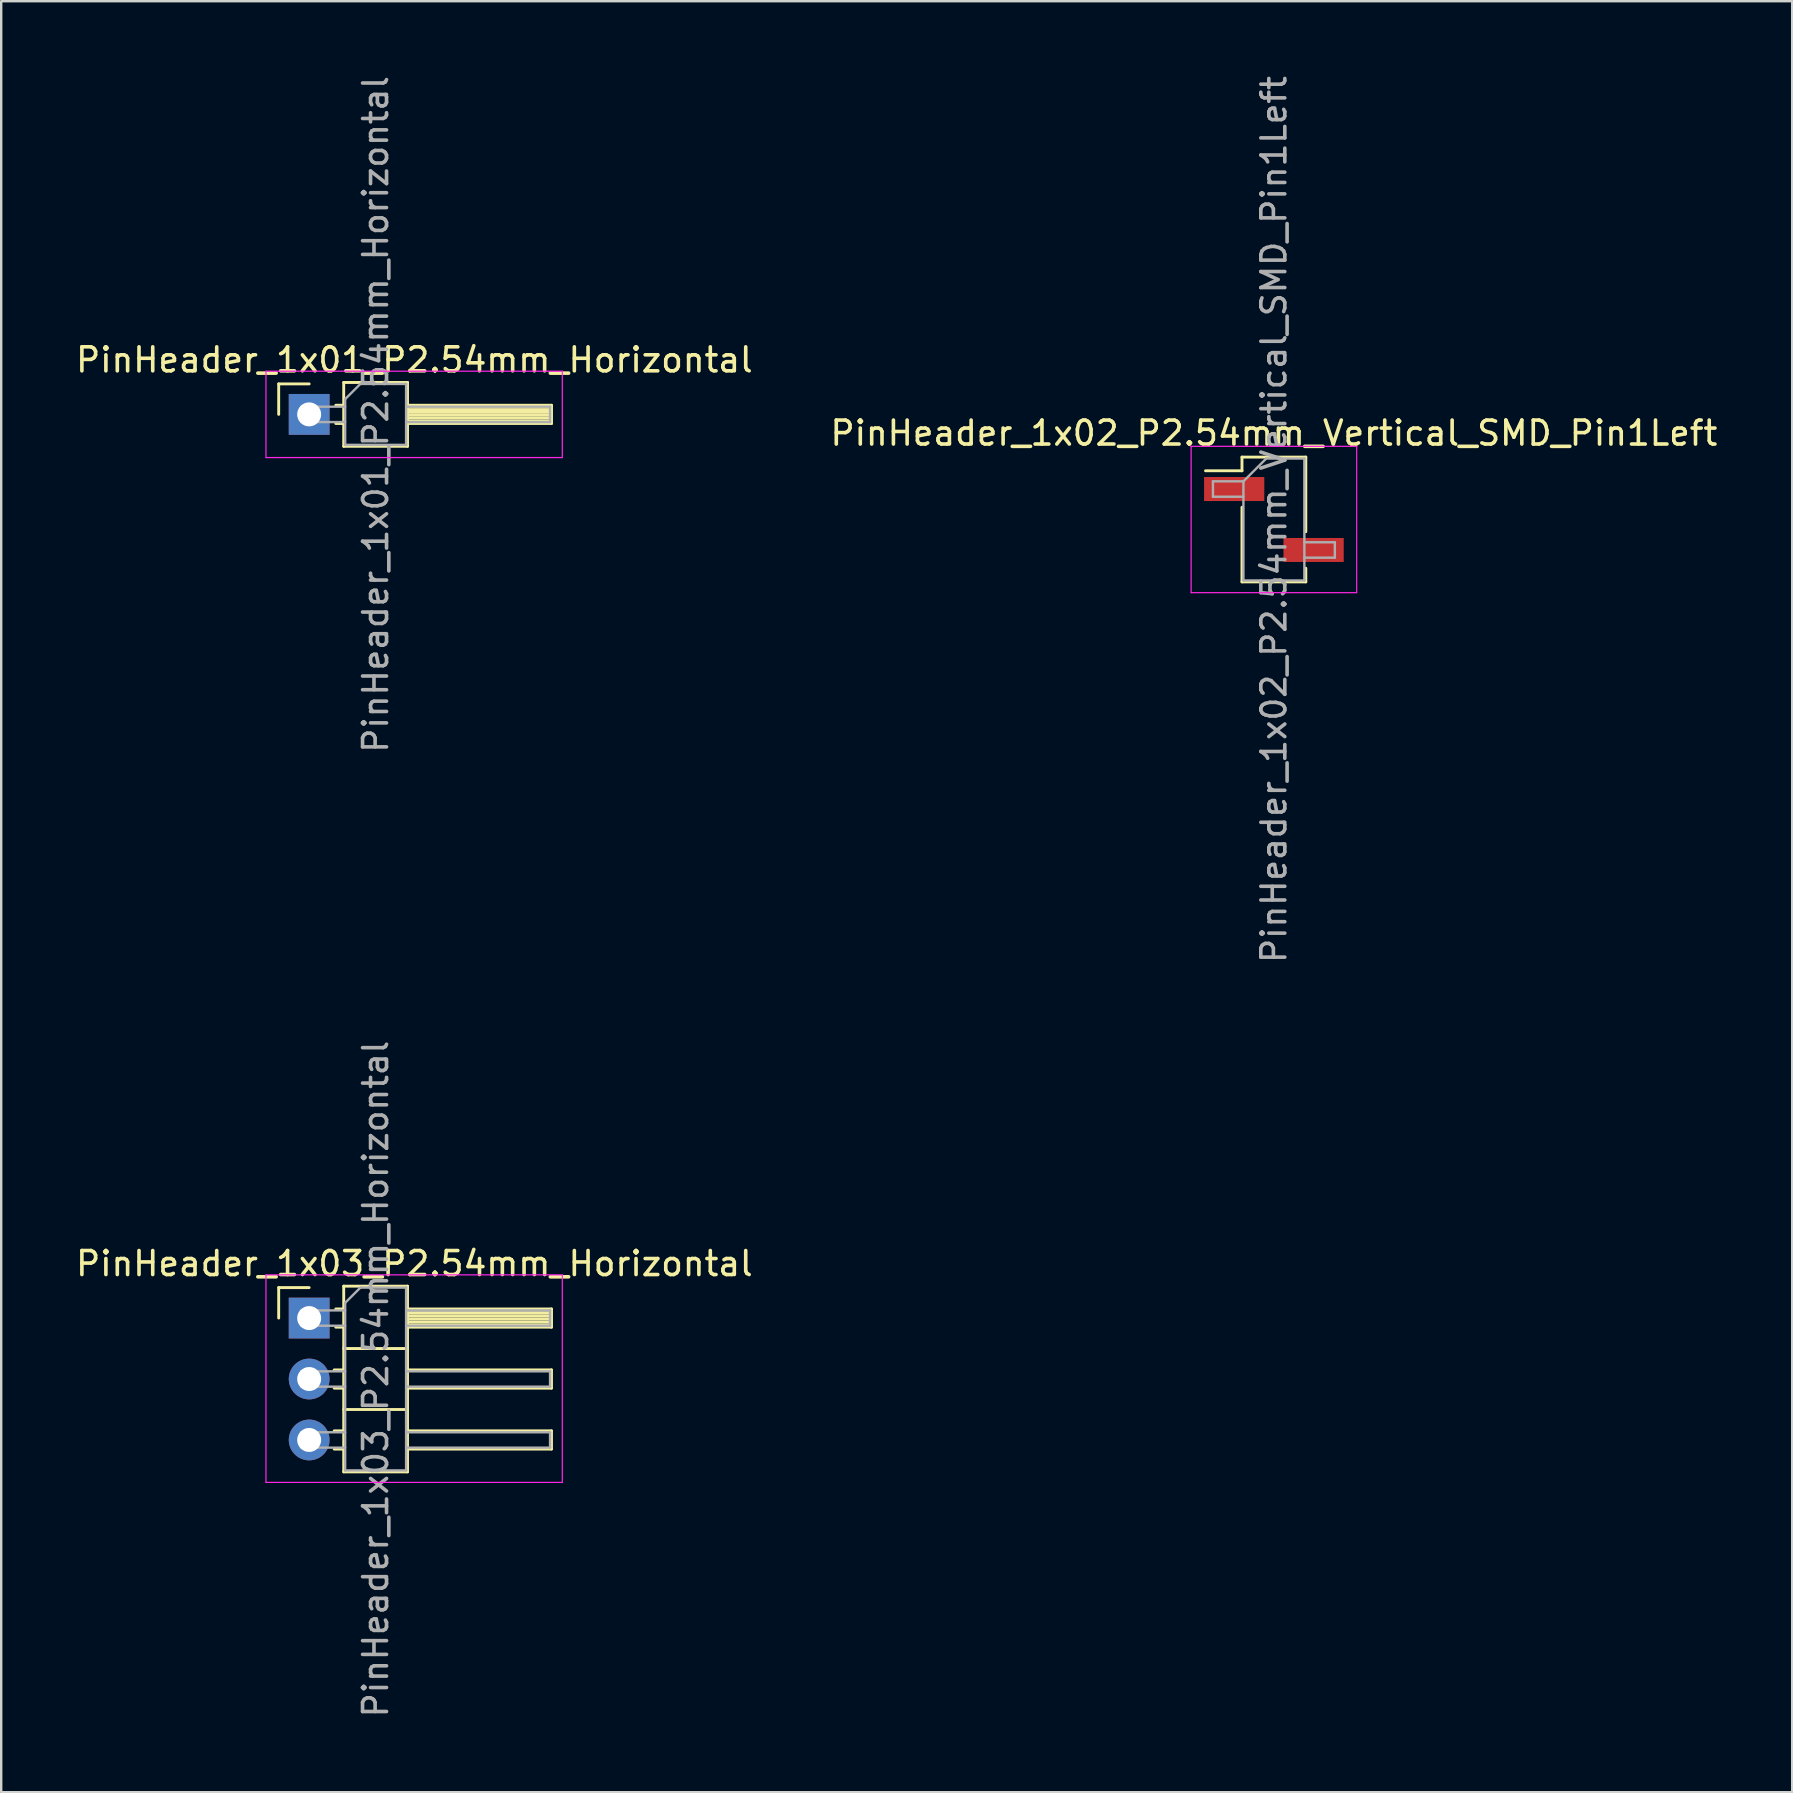
<source format=kicad_pcb>
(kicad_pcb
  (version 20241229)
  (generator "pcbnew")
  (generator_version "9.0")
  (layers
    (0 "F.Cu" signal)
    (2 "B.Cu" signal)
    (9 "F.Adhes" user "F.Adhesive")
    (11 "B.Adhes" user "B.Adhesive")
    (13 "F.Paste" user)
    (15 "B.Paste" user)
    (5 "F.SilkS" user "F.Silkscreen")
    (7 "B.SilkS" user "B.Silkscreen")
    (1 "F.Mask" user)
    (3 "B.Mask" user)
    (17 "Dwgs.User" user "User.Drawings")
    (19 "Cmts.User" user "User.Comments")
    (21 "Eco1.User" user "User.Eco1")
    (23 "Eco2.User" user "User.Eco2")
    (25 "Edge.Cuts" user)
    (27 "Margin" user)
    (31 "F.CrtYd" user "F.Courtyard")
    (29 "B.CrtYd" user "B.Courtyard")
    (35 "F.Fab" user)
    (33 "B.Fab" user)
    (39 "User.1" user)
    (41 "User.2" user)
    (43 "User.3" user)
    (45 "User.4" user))
  (footprint "PinHeader_1x02_P2.54mm_Vertical_SMD_Pin1Left"
    (layer "F.Cu")
    (at 50.042 18.601)
    (property "Reference" "PinHeader_1x02_P2.54mm_Vertical_SMD_Pin1Left" (at 0 -3.6 0) (layer "F.SilkS") (effects (font (size 1 1) (thickness 0.15))))
    (attr smd)
    (fp_line (start -1.33 -2.6) (end -1.33 -2.03) (stroke (width 0.12) (type solid)) (layer "F.SilkS"))
    (fp_line (start -1.33 -2.6) (end 1.33 -2.6) (stroke (width 0.12) (type solid)) (layer "F.SilkS"))
    (fp_line (start -1.33 -2.03) (end -2.85 -2.03) (stroke (width 0.12) (type solid)) (layer "F.SilkS"))
    (fp_line (start -1.33 -0.51) (end -1.33 2.6) (stroke (width 0.12) (type solid)) (layer "F.SilkS"))
    (fp_line (start -1.33 2.6) (end 1.33 2.6) (stroke (width 0.12) (type solid)) (layer "F.SilkS"))
    (fp_line (start 1.33 -2.6) (end 1.33 0.51) (stroke (width 0.12) (type solid)) (layer "F.SilkS"))
    (fp_line (start 1.33 2.03) (end 1.33 2.6) (stroke (width 0.12) (type solid)) (layer "F.SilkS"))
    (fp_line (start -3.45 -3.05) (end -3.45 3.05) (stroke (width 0.05) (type solid)) (layer "F.CrtYd"))
    (fp_line (start -3.45 3.05) (end 3.45 3.05) (stroke (width 0.05) (type solid)) (layer "F.CrtYd"))
    (fp_line (start 3.45 -3.05) (end -3.45 -3.05) (stroke (width 0.05) (type solid)) (layer "F.CrtYd"))
    (fp_line (start 3.45 3.05) (end 3.45 -3.05) (stroke (width 0.05) (type solid)) (layer "F.CrtYd"))
    (fp_line (start -2.54 -1.59) (end -2.54 -0.95) (stroke (width 0.1) (type solid)) (layer "F.Fab"))
    (fp_line (start -2.54 -0.95) (end -1.27 -0.95) (stroke (width 0.1) (type solid)) (layer "F.Fab"))
    (fp_line (start -1.27 -1.59) (end -2.54 -1.59) (stroke (width 0.1) (type solid)) (layer "F.Fab"))
    (fp_line (start -1.27 -1.59) (end -0.32 -2.54) (stroke (width 0.1) (type solid)) (layer "F.Fab"))
    (fp_line (start -1.27 2.54) (end -1.27 -1.59) (stroke (width 0.1) (type solid)) (layer "F.Fab"))
    (fp_line (start -0.32 -2.54) (end 1.27 -2.54) (stroke (width 0.1) (type solid)) (layer "F.Fab"))
    (fp_line (start 1.27 -2.54) (end 1.27 2.54) (stroke (width 0.1) (type solid)) (layer "F.Fab"))
    (fp_line (start 1.27 0.95) (end 2.54 0.95) (stroke (width 0.1) (type solid)) (layer "F.Fab"))
    (fp_line (start 1.27 2.54) (end -1.27 2.54) (stroke (width 0.1) (type solid)) (layer "F.Fab"))
    (fp_line (start 2.54 0.95) (end 2.54 1.59) (stroke (width 0.1) (type solid)) (layer "F.Fab"))
    (fp_line (start 2.54 1.59) (end 1.27 1.59) (stroke (width 0.1) (type solid)) (layer "F.Fab"))
    (fp_text user "${REFERENCE}" (at 0 0 90) (layer "F.Fab") (effects (font (size 1 1) (thickness 0.15))))
    (pad "1" smd rect (at -1.655 -1.27) (size 2.51 1) (layers "F.Cu" "F.Mask" "F.Paste"))
    (pad "2" smd rect (at 1.655 1.27) (size 2.51 1) (layers "F.Cu" "F.Mask" "F.Paste")))
  (footprint "PinHeader_1x01_P2.54mm_Horizontal"
    (layer "F.Cu")
    (at 9.835 14.22)
    (property "Reference" "PinHeader_1x01_P2.54mm_Horizontal" (at 4.385 -2.27 0) (layer "F.SilkS") (effects (font (size 1 1) (thickness 0.15))))
    (attr through_hole)
    (fp_line (start -1.27 -1.27) (end 0 -1.27) (stroke (width 0.12) (type solid)) (layer "F.SilkS"))
    (fp_line (start -1.27 0) (end -1.27 -1.27) (stroke (width 0.12) (type solid)) (layer "F.SilkS"))
    (fp_line (start 1.11 -0.38) (end 1.44 -0.38) (stroke (width 0.12) (type solid)) (layer "F.SilkS"))
    (fp_line (start 1.11 0.38) (end 1.44 0.38) (stroke (width 0.12) (type solid)) (layer "F.SilkS"))
    (fp_line (start 1.44 -1.33) (end 1.44 1.33) (stroke (width 0.12) (type solid)) (layer "F.SilkS"))
    (fp_line (start 1.44 1.33) (end 4.1 1.33) (stroke (width 0.12) (type solid)) (layer "F.SilkS"))
    (fp_line (start 4.1 -1.33) (end 1.44 -1.33) (stroke (width 0.12) (type solid)) (layer "F.SilkS"))
    (fp_line (start 4.1 -0.38) (end 10.1 -0.38) (stroke (width 0.12) (type solid)) (layer "F.SilkS"))
    (fp_line (start 4.1 -0.32) (end 10.1 -0.32) (stroke (width 0.12) (type solid)) (layer "F.SilkS"))
    (fp_line (start 4.1 -0.2) (end 10.1 -0.2) (stroke (width 0.12) (type solid)) (layer "F.SilkS"))
    (fp_line (start 4.1 -0.08) (end 10.1 -0.08) (stroke (width 0.12) (type solid)) (layer "F.SilkS"))
    (fp_line (start 4.1 0.04) (end 10.1 0.04) (stroke (width 0.12) (type solid)) (layer "F.SilkS"))
    (fp_line (start 4.1 0.16) (end 10.1 0.16) (stroke (width 0.12) (type solid)) (layer "F.SilkS"))
    (fp_line (start 4.1 0.28) (end 10.1 0.28) (stroke (width 0.12) (type solid)) (layer "F.SilkS"))
    (fp_line (start 4.1 1.33) (end 4.1 -1.33) (stroke (width 0.12) (type solid)) (layer "F.SilkS"))
    (fp_line (start 10.1 -0.38) (end 10.1 0.38) (stroke (width 0.12) (type solid)) (layer "F.SilkS"))
    (fp_line (start 10.1 0.38) (end 4.1 0.38) (stroke (width 0.12) (type solid)) (layer "F.SilkS"))
    (fp_line (start -1.8 -1.8) (end -1.8 1.8) (stroke (width 0.05) (type solid)) (layer "F.CrtYd"))
    (fp_line (start -1.8 1.8) (end 10.55 1.8) (stroke (width 0.05) (type solid)) (layer "F.CrtYd"))
    (fp_line (start 10.55 -1.8) (end -1.8 -1.8) (stroke (width 0.05) (type solid)) (layer "F.CrtYd"))
    (fp_line (start 10.55 1.8) (end 10.55 -1.8) (stroke (width 0.05) (type solid)) (layer "F.CrtYd"))
    (fp_line (start -0.32 -0.32) (end -0.32 0.32) (stroke (width 0.1) (type solid)) (layer "F.Fab"))
    (fp_line (start -0.32 -0.32) (end 1.5 -0.32) (stroke (width 0.1) (type solid)) (layer "F.Fab"))
    (fp_line (start -0.32 0.32) (end 1.5 0.32) (stroke (width 0.1) (type solid)) (layer "F.Fab"))
    (fp_line (start 1.5 -0.635) (end 2.135 -1.27) (stroke (width 0.1) (type solid)) (layer "F.Fab"))
    (fp_line (start 1.5 1.27) (end 1.5 -0.635) (stroke (width 0.1) (type solid)) (layer "F.Fab"))
    (fp_line (start 2.135 -1.27) (end 4.04 -1.27) (stroke (width 0.1) (type solid)) (layer "F.Fab"))
    (fp_line (start 4.04 -1.27) (end 4.04 1.27) (stroke (width 0.1) (type solid)) (layer "F.Fab"))
    (fp_line (start 4.04 -0.32) (end 10.04 -0.32) (stroke (width 0.1) (type solid)) (layer "F.Fab"))
    (fp_line (start 4.04 0.32) (end 10.04 0.32) (stroke (width 0.1) (type solid)) (layer "F.Fab"))
    (fp_line (start 4.04 1.27) (end 1.5 1.27) (stroke (width 0.1) (type solid)) (layer "F.Fab"))
    (fp_line (start 10.04 -0.32) (end 10.04 0.32) (stroke (width 0.1) (type solid)) (layer "F.Fab"))
    (fp_text user "${REFERENCE}" (at 2.77 0 90) (layer "F.Fab") (effects (font (size 1 1) (thickness 0.15))))
    (pad "1" thru_hole rect (at 0 0) (size 1.7 1.7) (drill 1) (layers "*.Cu" "*.Mask")))
  (footprint "PinHeader_1x03_P2.54mm_Horizontal"
    (layer "F.Cu")
    (at 9.835 51.883)
    (property "Reference" "PinHeader_1x03_P2.54mm_Horizontal" (at 4.385 -2.27 0) (layer "F.SilkS") (effects (font (size 1 1) (thickness 0.15))))
    (attr through_hole)
    (fp_line (start -1.27 -1.27) (end 0 -1.27) (stroke (width 0.12) (type solid)) (layer "F.SilkS"))
    (fp_line (start -1.27 0) (end -1.27 -1.27) (stroke (width 0.12) (type solid)) (layer "F.SilkS"))
    (fp_line (start 1.043 2.16) (end 1.44 2.16) (stroke (width 0.12) (type solid)) (layer "F.SilkS"))
    (fp_line (start 1.043 2.92) (end 1.44 2.92) (stroke (width 0.12) (type solid)) (layer "F.SilkS"))
    (fp_line (start 1.043 4.7) (end 1.44 4.7) (stroke (width 0.12) (type solid)) (layer "F.SilkS"))
    (fp_line (start 1.043 5.46) (end 1.44 5.46) (stroke (width 0.12) (type solid)) (layer "F.SilkS"))
    (fp_line (start 1.11 -0.38) (end 1.44 -0.38) (stroke (width 0.12) (type solid)) (layer "F.SilkS"))
    (fp_line (start 1.11 0.38) (end 1.44 0.38) (stroke (width 0.12) (type solid)) (layer "F.SilkS"))
    (fp_line (start 1.44 -1.33) (end 1.44 6.41) (stroke (width 0.12) (type solid)) (layer "F.SilkS"))
    (fp_line (start 1.44 1.27) (end 4.1 1.27) (stroke (width 0.12) (type solid)) (layer "F.SilkS"))
    (fp_line (start 1.44 3.81) (end 4.1 3.81) (stroke (width 0.12) (type solid)) (layer "F.SilkS"))
    (fp_line (start 1.44 6.41) (end 4.1 6.41) (stroke (width 0.12) (type solid)) (layer "F.SilkS"))
    (fp_line (start 4.1 -1.33) (end 1.44 -1.33) (stroke (width 0.12) (type solid)) (layer "F.SilkS"))
    (fp_line (start 4.1 -0.38) (end 10.1 -0.38) (stroke (width 0.12) (type solid)) (layer "F.SilkS"))
    (fp_line (start 4.1 -0.32) (end 10.1 -0.32) (stroke (width 0.12) (type solid)) (layer "F.SilkS"))
    (fp_line (start 4.1 -0.2) (end 10.1 -0.2) (stroke (width 0.12) (type solid)) (layer "F.SilkS"))
    (fp_line (start 4.1 -0.08) (end 10.1 -0.08) (stroke (width 0.12) (type solid)) (layer "F.SilkS"))
    (fp_line (start 4.1 0.04) (end 10.1 0.04) (stroke (width 0.12) (type solid)) (layer "F.SilkS"))
    (fp_line (start 4.1 0.16) (end 10.1 0.16) (stroke (width 0.12) (type solid)) (layer "F.SilkS"))
    (fp_line (start 4.1 0.28) (end 10.1 0.28) (stroke (width 0.12) (type solid)) (layer "F.SilkS"))
    (fp_line (start 4.1 2.16) (end 10.1 2.16) (stroke (width 0.12) (type solid)) (layer "F.SilkS"))
    (fp_line (start 4.1 4.7) (end 10.1 4.7) (stroke (width 0.12) (type solid)) (layer "F.SilkS"))
    (fp_line (start 4.1 6.41) (end 4.1 -1.33) (stroke (width 0.12) (type solid)) (layer "F.SilkS"))
    (fp_line (start 10.1 -0.38) (end 10.1 0.38) (stroke (width 0.12) (type solid)) (layer "F.SilkS"))
    (fp_line (start 10.1 0.38) (end 4.1 0.38) (stroke (width 0.12) (type solid)) (layer "F.SilkS"))
    (fp_line (start 10.1 2.16) (end 10.1 2.92) (stroke (width 0.12) (type solid)) (layer "F.SilkS"))
    (fp_line (start 10.1 2.92) (end 4.1 2.92) (stroke (width 0.12) (type solid)) (layer "F.SilkS"))
    (fp_line (start 10.1 4.7) (end 10.1 5.46) (stroke (width 0.12) (type solid)) (layer "F.SilkS"))
    (fp_line (start 10.1 5.46) (end 4.1 5.46) (stroke (width 0.12) (type solid)) (layer "F.SilkS"))
    (fp_line (start -1.8 -1.8) (end -1.8 6.85) (stroke (width 0.05) (type solid)) (layer "F.CrtYd"))
    (fp_line (start -1.8 6.85) (end 10.55 6.85) (stroke (width 0.05) (type solid)) (layer "F.CrtYd"))
    (fp_line (start 10.55 -1.8) (end -1.8 -1.8) (stroke (width 0.05) (type solid)) (layer "F.CrtYd"))
    (fp_line (start 10.55 6.85) (end 10.55 -1.8) (stroke (width 0.05) (type solid)) (layer "F.CrtYd"))
    (fp_line (start -0.32 -0.32) (end -0.32 0.32) (stroke (width 0.1) (type solid)) (layer "F.Fab"))
    (fp_line (start -0.32 -0.32) (end 1.5 -0.32) (stroke (width 0.1) (type solid)) (layer "F.Fab"))
    (fp_line (start -0.32 0.32) (end 1.5 0.32) (stroke (width 0.1) (type solid)) (layer "F.Fab"))
    (fp_line (start -0.32 2.22) (end -0.32 2.86) (stroke (width 0.1) (type solid)) (layer "F.Fab"))
    (fp_line (start -0.32 2.22) (end 1.5 2.22) (stroke (width 0.1) (type solid)) (layer "F.Fab"))
    (fp_line (start -0.32 2.86) (end 1.5 2.86) (stroke (width 0.1) (type solid)) (layer "F.Fab"))
    (fp_line (start -0.32 4.76) (end -0.32 5.4) (stroke (width 0.1) (type solid)) (layer "F.Fab"))
    (fp_line (start -0.32 4.76) (end 1.5 4.76) (stroke (width 0.1) (type solid)) (layer "F.Fab"))
    (fp_line (start -0.32 5.4) (end 1.5 5.4) (stroke (width 0.1) (type solid)) (layer "F.Fab"))
    (fp_line (start 1.5 -0.635) (end 2.135 -1.27) (stroke (width 0.1) (type solid)) (layer "F.Fab"))
    (fp_line (start 1.5 6.35) (end 1.5 -0.635) (stroke (width 0.1) (type solid)) (layer "F.Fab"))
    (fp_line (start 2.135 -1.27) (end 4.04 -1.27) (stroke (width 0.1) (type solid)) (layer "F.Fab"))
    (fp_line (start 4.04 -1.27) (end 4.04 6.35) (stroke (width 0.1) (type solid)) (layer "F.Fab"))
    (fp_line (start 4.04 -0.32) (end 10.04 -0.32) (stroke (width 0.1) (type solid)) (layer "F.Fab"))
    (fp_line (start 4.04 0.32) (end 10.04 0.32) (stroke (width 0.1) (type solid)) (layer "F.Fab"))
    (fp_line (start 4.04 2.22) (end 10.04 2.22) (stroke (width 0.1) (type solid)) (layer "F.Fab"))
    (fp_line (start 4.04 2.86) (end 10.04 2.86) (stroke (width 0.1) (type solid)) (layer "F.Fab"))
    (fp_line (start 4.04 4.76) (end 10.04 4.76) (stroke (width 0.1) (type solid)) (layer "F.Fab"))
    (fp_line (start 4.04 5.4) (end 10.04 5.4) (stroke (width 0.1) (type solid)) (layer "F.Fab"))
    (fp_line (start 4.04 6.35) (end 1.5 6.35) (stroke (width 0.1) (type solid)) (layer "F.Fab"))
    (fp_line (start 10.04 -0.32) (end 10.04 0.32) (stroke (width 0.1) (type solid)) (layer "F.Fab"))
    (fp_line (start 10.04 2.22) (end 10.04 2.86) (stroke (width 0.1) (type solid)) (layer "F.Fab"))
    (fp_line (start 10.04 4.76) (end 10.04 5.4) (stroke (width 0.1) (type solid)) (layer "F.Fab"))
    (fp_text user "${REFERENCE}" (at 2.77 2.54 90) (layer "F.Fab") (effects (font (size 1 1) (thickness 0.15))))
    (pad "1" thru_hole rect (at 0 0) (size 1.7 1.7) (drill 1) (layers "*.Cu" "*.Mask"))
    (pad "2" thru_hole oval (at 0 2.54) (size 1.7 1.7) (drill 1) (layers "*.Cu" "*.Mask"))
    (pad "3" thru_hole oval (at 0 5.08) (size 1.7 1.7) (drill 1) (layers "*.Cu" "*.Mask")))
  (gr_rect
    (start -3 -3)
    (end 71.643 71.643)
    (stroke (width 0.1) (type default))
    (fill no)
    (layer "Edge.Cuts")))
</source>
